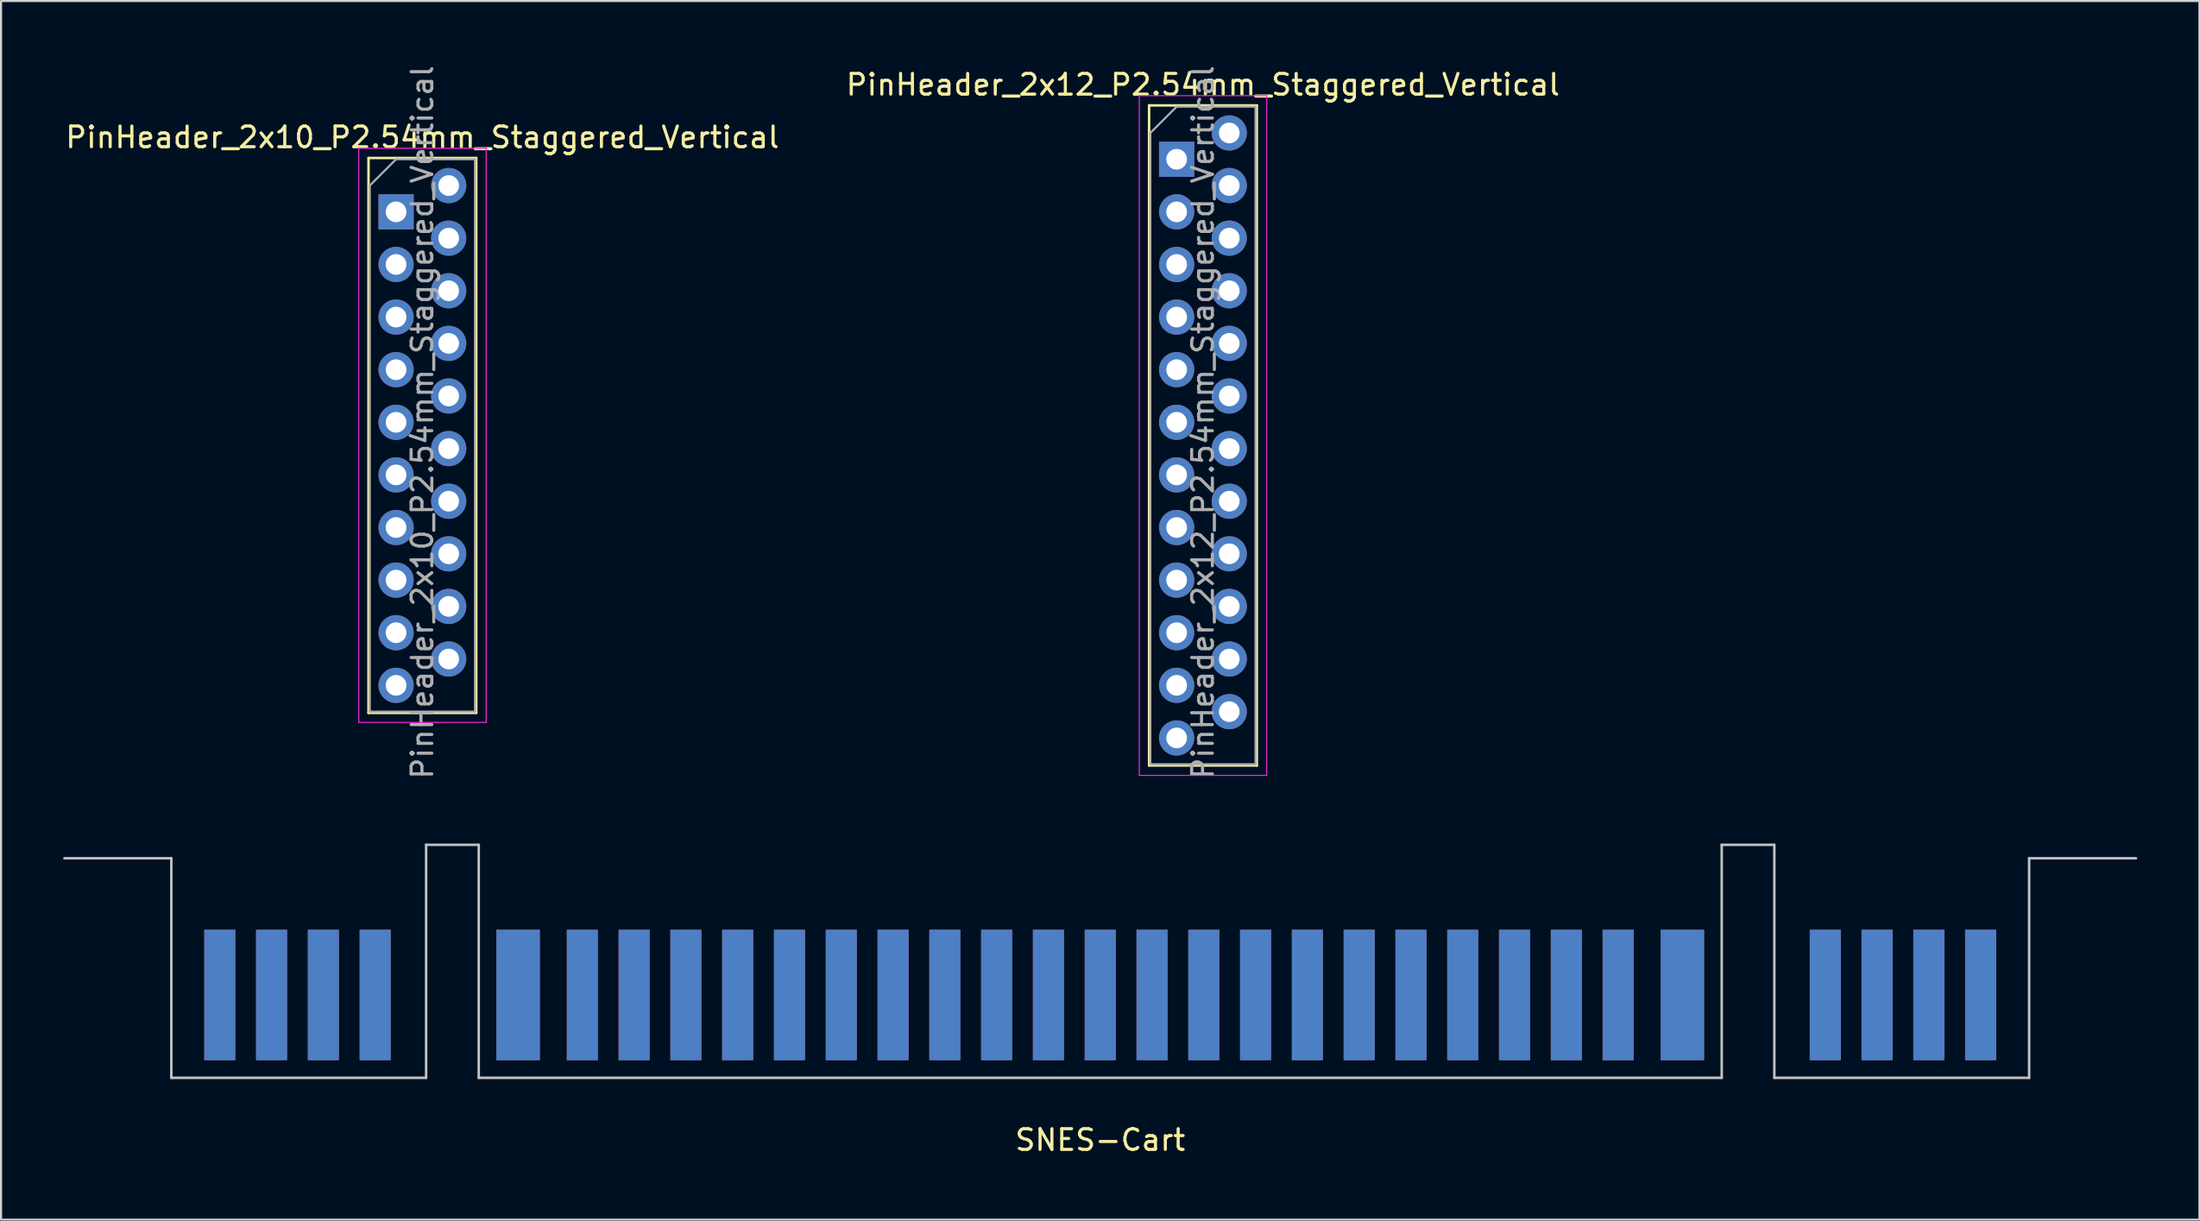
<source format=kicad_pcb>
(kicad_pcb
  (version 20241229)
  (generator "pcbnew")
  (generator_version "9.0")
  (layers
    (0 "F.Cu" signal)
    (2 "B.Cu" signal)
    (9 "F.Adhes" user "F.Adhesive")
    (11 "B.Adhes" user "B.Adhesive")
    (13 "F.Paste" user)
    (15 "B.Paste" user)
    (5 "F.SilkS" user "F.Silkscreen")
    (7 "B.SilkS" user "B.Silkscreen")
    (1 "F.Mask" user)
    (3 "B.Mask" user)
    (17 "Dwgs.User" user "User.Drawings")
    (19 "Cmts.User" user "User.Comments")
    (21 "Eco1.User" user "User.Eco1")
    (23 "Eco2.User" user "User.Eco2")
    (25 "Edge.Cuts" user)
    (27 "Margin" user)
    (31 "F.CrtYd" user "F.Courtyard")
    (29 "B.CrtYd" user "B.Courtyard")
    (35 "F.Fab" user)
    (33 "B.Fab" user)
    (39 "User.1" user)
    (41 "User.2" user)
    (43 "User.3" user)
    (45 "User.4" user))
  (footprint "PinHeader_2x12_P2.54mm_Staggered_Vertical"
    (layer "F.Cu")
    (at 53.748 3.369)
    (property "Reference" "PinHeader_2x12_P2.54mm_Staggered_Vertical" (at 1.27 -2.33 0) (layer "F.SilkS") (effects (font (size 1 1) (thickness 0.15))))
    (attr through_hole)
    (fp_line (start -1.33 -1.33) (end -1.33 30.54) (stroke (width 0.12) (type solid)) (layer "F.SilkS"))
    (fp_line (start -1.33 -1.33) (end 3.87 -1.33) (stroke (width 0.12) (type solid)) (layer "F.SilkS"))
    (fp_line (start -1.33 30.54) (end 3.87 30.54) (stroke (width 0.12) (type solid)) (layer "F.SilkS"))
    (fp_line (start 3.87 -1.33) (end 3.87 30.54) (stroke (width 0.12) (type solid)) (layer "F.SilkS"))
    (fp_line (start -1.8 -1.8) (end -1.8 31.02) (stroke (width 0.05) (type solid)) (layer "F.CrtYd"))
    (fp_line (start -1.8 31.02) (end 4.35 31.02) (stroke (width 0.05) (type solid)) (layer "F.CrtYd"))
    (fp_line (start 4.35 -1.8) (end -1.8 -1.8) (stroke (width 0.05) (type solid)) (layer "F.CrtYd"))
    (fp_line (start 4.35 31.02) (end 4.35 -1.8) (stroke (width 0.05) (type solid)) (layer "F.CrtYd"))
    (fp_line (start -1.27 0) (end 0 -1.27) (stroke (width 0.1) (type solid)) (layer "F.Fab"))
    (fp_line (start -1.27 30.48) (end -1.27 0) (stroke (width 0.1) (type solid)) (layer "F.Fab"))
    (fp_line (start 0 -1.27) (end 3.81 -1.27) (stroke (width 0.1) (type solid)) (layer "F.Fab"))
    (fp_line (start 3.81 -1.27) (end 3.81 30.48) (stroke (width 0.1) (type solid)) (layer "F.Fab"))
    (fp_line (start 3.81 30.48) (end -1.27 30.48) (stroke (width 0.1) (type solid)) (layer "F.Fab"))
    (fp_text user "${REFERENCE}" (at 1.27 13.97 90) (layer "F.Fab") (effects (font (size 1 1) (thickness 0.15))))
    (pad "1" thru_hole rect (at 0 1.27) (size 1.7 1.7) (drill 1) (layers "*.Cu" "*.Mask"))
    (pad "2" thru_hole oval (at 2.54 0) (size 1.7 1.7) (drill 1) (layers "*.Cu" "*.Mask"))
    (pad "3" thru_hole oval (at 0 3.81) (size 1.7 1.7) (drill 1) (layers "*.Cu" "*.Mask"))
    (pad "4" thru_hole oval (at 2.54 2.54) (size 1.7 1.7) (drill 1) (layers "*.Cu" "*.Mask"))
    (pad "5" thru_hole oval (at 0 6.35) (size 1.7 1.7) (drill 1) (layers "*.Cu" "*.Mask"))
    (pad "6" thru_hole oval (at 2.54 5.08) (size 1.7 1.7) (drill 1) (layers "*.Cu" "*.Mask"))
    (pad "7" thru_hole oval (at 0 8.89) (size 1.7 1.7) (drill 1) (layers "*.Cu" "*.Mask"))
    (pad "8" thru_hole oval (at 2.54 7.62) (size 1.7 1.7) (drill 1) (layers "*.Cu" "*.Mask"))
    (pad "9" thru_hole oval (at 0 11.43) (size 1.7 1.7) (drill 1) (layers "*.Cu" "*.Mask"))
    (pad "10" thru_hole oval (at 2.54 10.16) (size 1.7 1.7) (drill 1) (layers "*.Cu" "*.Mask"))
    (pad "11" thru_hole oval (at 0 13.97) (size 1.7 1.7) (drill 1) (layers "*.Cu" "*.Mask"))
    (pad "12" thru_hole oval (at 2.54 12.7) (size 1.7 1.7) (drill 1) (layers "*.Cu" "*.Mask"))
    (pad "13" thru_hole oval (at 0 16.51) (size 1.7 1.7) (drill 1) (layers "*.Cu" "*.Mask"))
    (pad "14" thru_hole oval (at 2.54 15.24) (size 1.7 1.7) (drill 1) (layers "*.Cu" "*.Mask"))
    (pad "15" thru_hole oval (at 0 19.05) (size 1.7 1.7) (drill 1) (layers "*.Cu" "*.Mask"))
    (pad "16" thru_hole oval (at 2.54 17.78) (size 1.7 1.7) (drill 1) (layers "*.Cu" "*.Mask"))
    (pad "17" thru_hole oval (at 0 21.59) (size 1.7 1.7) (drill 1) (layers "*.Cu" "*.Mask"))
    (pad "18" thru_hole oval (at 2.54 20.32) (size 1.7 1.7) (drill 1) (layers "*.Cu" "*.Mask"))
    (pad "19" thru_hole oval (at 0 24.13) (size 1.7 1.7) (drill 1) (layers "*.Cu" "*.Mask"))
    (pad "20" thru_hole oval (at 2.54 22.86) (size 1.7 1.7) (drill 1) (layers "*.Cu" "*.Mask"))
    (pad "21" thru_hole oval (at 0 26.67) (size 1.7 1.7) (drill 1) (layers "*.Cu" "*.Mask"))
    (pad "22" thru_hole oval (at 2.54 25.4) (size 1.7 1.7) (drill 1) (layers "*.Cu" "*.Mask"))
    (pad "23" thru_hole oval (at 0 29.21) (size 1.7 1.7) (drill 1) (layers "*.Cu" "*.Mask"))
    (pad "24" thru_hole oval (at 2.54 27.94) (size 1.7 1.7) (drill 1) (layers "*.Cu" "*.Mask")))
  (footprint "PinHeader_2x10_P2.54mm_Staggered_Vertical"
    (layer "F.Cu")
    (at 16.069 5.909)
    (property "Reference" "PinHeader_2x10_P2.54mm_Staggered_Vertical" (at 1.27 -2.33 0) (layer "F.SilkS") (effects (font (size 1 1) (thickness 0.15))))
    (attr through_hole)
    (fp_line (start -1.33 -1.33) (end -1.33 25.46) (stroke (width 0.12) (type solid)) (layer "F.SilkS"))
    (fp_line (start -1.33 -1.33) (end 3.87 -1.33) (stroke (width 0.12) (type solid)) (layer "F.SilkS"))
    (fp_line (start -1.33 25.46) (end 3.87 25.46) (stroke (width 0.12) (type solid)) (layer "F.SilkS"))
    (fp_line (start 3.87 -1.33) (end 3.87 25.46) (stroke (width 0.12) (type solid)) (layer "F.SilkS"))
    (fp_line (start -1.8 -1.8) (end -1.8 25.92) (stroke (width 0.05) (type solid)) (layer "F.CrtYd"))
    (fp_line (start -1.8 25.92) (end 4.35 25.92) (stroke (width 0.05) (type solid)) (layer "F.CrtYd"))
    (fp_line (start 4.35 -1.8) (end -1.8 -1.8) (stroke (width 0.05) (type solid)) (layer "F.CrtYd"))
    (fp_line (start 4.35 25.92) (end 4.35 -1.8) (stroke (width 0.05) (type solid)) (layer "F.CrtYd"))
    (fp_line (start -1.27 0) (end 0 -1.27) (stroke (width 0.1) (type solid)) (layer "F.Fab"))
    (fp_line (start -1.27 25.4) (end -1.27 0) (stroke (width 0.1) (type solid)) (layer "F.Fab"))
    (fp_line (start 0 -1.27) (end 3.81 -1.27) (stroke (width 0.1) (type solid)) (layer "F.Fab"))
    (fp_line (start 3.81 -1.27) (end 3.81 25.4) (stroke (width 0.1) (type solid)) (layer "F.Fab"))
    (fp_line (start 3.81 25.4) (end -1.27 25.4) (stroke (width 0.1) (type solid)) (layer "F.Fab"))
    (fp_text user "${REFERENCE}" (at 1.27 11.43 90) (layer "F.Fab") (effects (font (size 1 1) (thickness 0.15))))
    (pad "1" thru_hole rect (at 0 1.27) (size 1.7 1.7) (drill 1) (layers "*.Cu" "*.Mask"))
    (pad "2" thru_hole oval (at 2.54 0) (size 1.7 1.7) (drill 1) (layers "*.Cu" "*.Mask"))
    (pad "3" thru_hole oval (at 0 3.81) (size 1.7 1.7) (drill 1) (layers "*.Cu" "*.Mask"))
    (pad "4" thru_hole oval (at 2.54 2.54) (size 1.7 1.7) (drill 1) (layers "*.Cu" "*.Mask"))
    (pad "5" thru_hole oval (at 0 6.35) (size 1.7 1.7) (drill 1) (layers "*.Cu" "*.Mask"))
    (pad "6" thru_hole oval (at 2.54 5.08) (size 1.7 1.7) (drill 1) (layers "*.Cu" "*.Mask"))
    (pad "7" thru_hole oval (at 0 8.89) (size 1.7 1.7) (drill 1) (layers "*.Cu" "*.Mask"))
    (pad "8" thru_hole oval (at 2.54 7.62) (size 1.7 1.7) (drill 1) (layers "*.Cu" "*.Mask"))
    (pad "9" thru_hole oval (at 0 11.43) (size 1.7 1.7) (drill 1) (layers "*.Cu" "*.Mask"))
    (pad "10" thru_hole oval (at 2.54 10.16) (size 1.7 1.7) (drill 1) (layers "*.Cu" "*.Mask"))
    (pad "11" thru_hole oval (at 0 13.97) (size 1.7 1.7) (drill 1) (layers "*.Cu" "*.Mask"))
    (pad "12" thru_hole oval (at 2.54 12.7) (size 1.7 1.7) (drill 1) (layers "*.Cu" "*.Mask"))
    (pad "13" thru_hole oval (at 0 16.51) (size 1.7 1.7) (drill 1) (layers "*.Cu" "*.Mask"))
    (pad "14" thru_hole oval (at 2.54 15.24) (size 1.7 1.7) (drill 1) (layers "*.Cu" "*.Mask"))
    (pad "15" thru_hole oval (at 0 19.05) (size 1.7 1.7) (drill 1) (layers "*.Cu" "*.Mask"))
    (pad "16" thru_hole oval (at 2.54 17.78) (size 1.7 1.7) (drill 1) (layers "*.Cu" "*.Mask"))
    (pad "17" thru_hole oval (at 0 21.59) (size 1.7 1.7) (drill 1) (layers "*.Cu" "*.Mask"))
    (pad "18" thru_hole oval (at 2.54 20.32) (size 1.7 1.7) (drill 1) (layers "*.Cu" "*.Mask"))
    (pad "19" thru_hole oval (at 0 24.13) (size 1.7 1.7) (drill 1) (layers "*.Cu" "*.Mask"))
    (pad "20" thru_hole oval (at 2.54 22.86) (size 1.7 1.7) (drill 1) (layers "*.Cu" "*.Mask")))
  (footprint "SNES-Cart"
    (layer "F.Cu")
    (at 50.06 48.989)
    (property "Reference" "SNES-Cart" (at 0 3 0) (layer "F.SilkS") (effects (font (size 1 1) (thickness 0.15))))
    (attr through_hole)
    (fp_poly (pts (xy 44.8 0) (xy -44.8 0) (xy -44.8 -7) (xy 44.8 -7)) (stroke (width 0.1) (type solid)) (fill yes) (layer "F.Mask"))
    (fp_poly (pts (xy 44.8 0) (xy -44.8 0) (xy -44.8 -7) (xy 44.8 -7)) (stroke (width 0.1) (type solid)) (fill yes) (layer "B.Mask"))
    (fp_line (start -44.84 -10.6) (end -50 -10.6) (stroke (width 0.12) (type solid)) (layer "Dwgs.User"))
    (fp_line (start -44.84 0) (end -44.84 -10.6) (stroke (width 0.12) (type solid)) (layer "Dwgs.User"))
    (fp_line (start -32.54 -11.25) (end -32.54 0) (stroke (width 0.12) (type solid)) (layer "Dwgs.User"))
    (fp_line (start -32.54 -11.25) (end -30 -11.25) (stroke (width 0.12) (type solid)) (layer "Dwgs.User"))
    (fp_line (start -32.54 0) (end -44.84 0) (stroke (width 0.12) (type solid)) (layer "Dwgs.User"))
    (fp_line (start -30 -11.25) (end -30 0) (stroke (width 0.12) (type solid)) (layer "Dwgs.User"))
    (fp_line (start -30 0) (end 30 0) (stroke (width 0.12) (type solid)) (layer "Dwgs.User"))
    (fp_line (start 30 0) (end 30 -11.25) (stroke (width 0.12) (type solid)) (layer "Dwgs.User"))
    (fp_line (start 32.54 -11.25) (end 30 -11.25) (stroke (width 0.12) (type solid)) (layer "Dwgs.User"))
    (fp_line (start 32.54 -11.25) (end 32.54 0) (stroke (width 0.12) (type solid)) (layer "Dwgs.User"))
    (fp_line (start 32.54 0) (end 44.84 0) (stroke (width 0.12) (type solid)) (layer "Dwgs.User"))
    (fp_line (start 44.84 -10.6) (end 50 -10.6) (stroke (width 0.12) (type solid)) (layer "Dwgs.User"))
    (fp_line (start 44.84 0) (end 44.84 -10.6) (stroke (width 0.12) (type solid)) (layer "Dwgs.User"))
    (pad "1" smd rect (at -42.5 -4) (size 1.5 6.3) (layers "F.Cu"))
    (pad "2" smd rect (at -40 -4) (size 1.5 6.3) (layers "F.Cu"))
    (pad "3" smd rect (at -37.5 -4) (size 1.5 6.3) (layers "F.Cu"))
    (pad "4" smd rect (at -35 -4) (size 1.5 6.3) (layers "F.Cu"))
    (pad "5" smd rect (at -27.5 -4) (size 2.1 6.3) (drill (offset -0.6 0)) (layers "F.Cu"))
    (pad "6" smd rect (at -25 -4) (size 1.5 6.3) (layers "F.Cu"))
    (pad "7" smd rect (at -22.5 -4) (size 1.5 6.3) (layers "F.Cu"))
    (pad "8" smd rect (at -20 -4) (size 1.5 6.3) (layers "F.Cu"))
    (pad "9" smd rect (at -17.5 -4) (size 1.5 6.3) (layers "F.Cu"))
    (pad "10" smd rect (at -15 -4) (size 1.5 6.3) (layers "F.Cu"))
    (pad "11" smd rect (at -12.5 -4) (size 1.5 6.3) (layers "F.Cu"))
    (pad "12" smd rect (at -10 -4) (size 1.5 6.3) (layers "F.Cu"))
    (pad "13" smd rect (at -7.5 -4) (size 1.5 6.3) (layers "F.Cu"))
    (pad "14" smd rect (at -5 -4) (size 1.5 6.3) (layers "F.Cu"))
    (pad "15" smd rect (at -2.5 -4) (size 1.5 6.3) (layers "F.Cu"))
    (pad "16" smd rect (at 0 -4) (size 1.5 6.3) (layers "F.Cu"))
    (pad "17" smd rect (at 2.5 -4) (size 1.5 6.3) (layers "F.Cu"))
    (pad "18" smd rect (at 5 -4) (size 1.5 6.3) (layers "F.Cu"))
    (pad "19" smd rect (at 7.5 -4) (size 1.5 6.3) (layers "F.Cu"))
    (pad "20" smd rect (at 10 -4) (size 1.5 6.3) (layers "F.Cu"))
    (pad "21" smd rect (at 12.5 -4) (size 1.5 6.3) (layers "F.Cu"))
    (pad "22" smd rect (at 15 -4) (size 1.5 6.3) (layers "F.Cu"))
    (pad "23" smd rect (at 17.5 -4) (size 1.5 6.3) (layers "F.Cu"))
    (pad "24" smd rect (at 20 -4) (size 1.5 6.3) (layers "F.Cu"))
    (pad "25" smd rect (at 22.5 -4) (size 1.5 6.3) (layers "F.Cu"))
    (pad "26" smd rect (at 25 -4) (size 1.5 6.3) (layers "F.Cu"))
    (pad "27" smd rect (at 27.5 -4) (size 2.1 6.3) (drill (offset 0.6 0)) (layers "F.Cu"))
    (pad "28" smd rect (at 35 -4) (size 1.5 6.3) (layers "F.Cu"))
    (pad "29" smd rect (at 37.5 -4) (size 1.5 6.3) (layers "F.Cu"))
    (pad "30" smd rect (at 40 -4) (size 1.5 6.3) (layers "F.Cu"))
    (pad "31" smd rect (at 42.5 -4) (size 1.5 6.3) (layers "F.Cu"))
    (pad "32" smd rect (at -42.5 -4) (size 1.5 6.3) (layers "B.Cu"))
    (pad "33" smd rect (at -40 -4) (size 1.5 6.3) (layers "B.Cu"))
    (pad "34" smd rect (at -37.5 -4) (size 1.5 6.3) (layers "B.Cu"))
    (pad "35" smd rect (at -35 -4) (size 1.5 6.3) (layers "B.Cu"))
    (pad "36" smd rect (at -27.5 -4) (size 2.1 6.3) (drill (offset -0.6 0)) (layers "B.Cu"))
    (pad "37" smd rect (at -25 -4) (size 1.5 6.3) (layers "B.Cu"))
    (pad "38" smd rect (at -22.5 -4) (size 1.5 6.3) (layers "B.Cu"))
    (pad "39" smd rect (at -20 -4) (size 1.5 6.3) (layers "B.Cu"))
    (pad "40" smd rect (at -17.5 -4) (size 1.5 6.3) (layers "B.Cu"))
    (pad "41" smd rect (at -15 -4) (size 1.5 6.3) (layers "B.Cu"))
    (pad "42" smd rect (at -12.5 -4) (size 1.5 6.3) (layers "B.Cu"))
    (pad "43" smd rect (at -10 -4) (size 1.5 6.3) (layers "B.Cu"))
    (pad "44" smd rect (at -7.5 -4) (size 1.5 6.3) (layers "B.Cu"))
    (pad "45" smd rect (at -5 -4) (size 1.5 6.3) (layers "B.Cu"))
    (pad "46" smd rect (at -2.5 -4) (size 1.5 6.3) (layers "B.Cu"))
    (pad "47" smd rect (at 0 -4) (size 1.5 6.3) (layers "B.Cu"))
    (pad "48" smd rect (at 2.5 -4) (size 1.5 6.3) (layers "B.Cu"))
    (pad "49" smd rect (at 5 -4) (size 1.5 6.3) (layers "B.Cu"))
    (pad "50" smd rect (at 7.5 -4) (size 1.5 6.3) (layers "B.Cu"))
    (pad "51" smd rect (at 10 -4) (size 1.5 6.3) (layers "B.Cu"))
    (pad "52" smd rect (at 12.5 -4) (size 1.5 6.3) (layers "B.Cu"))
    (pad "53" smd rect (at 15 -4) (size 1.5 6.3) (layers "B.Cu"))
    (pad "54" smd rect (at 17.5 -4) (size 1.5 6.3) (layers "B.Cu"))
    (pad "55" smd rect (at 20 -4) (size 1.5 6.3) (layers "B.Cu"))
    (pad "56" smd rect (at 22.5 -4) (size 1.5 6.3) (layers "B.Cu"))
    (pad "57" smd rect (at 25 -4) (size 1.5 6.3) (layers "B.Cu"))
    (pad "58" smd rect (at 27.5 -4) (size 2.1 6.3) (drill (offset 0.6 0)) (layers "B.Cu"))
    (pad "59" smd rect (at 35 -4) (size 1.5 6.3) (layers "B.Cu"))
    (pad "60" smd rect (at 37.5 -4) (size 1.5 6.3) (layers "B.Cu"))
    (pad "61" smd rect (at 40 -4) (size 1.5 6.3) (layers "B.Cu"))
    (pad "62" smd rect (at 42.5 -4) (size 1.5 6.3) (layers "B.Cu")))
  (gr_rect
    (start -3 -3)
    (end 103.12 55.837)
    (stroke (width 0.1) (type default))
    (fill no)
    (layer "Edge.Cuts")))
</source>
